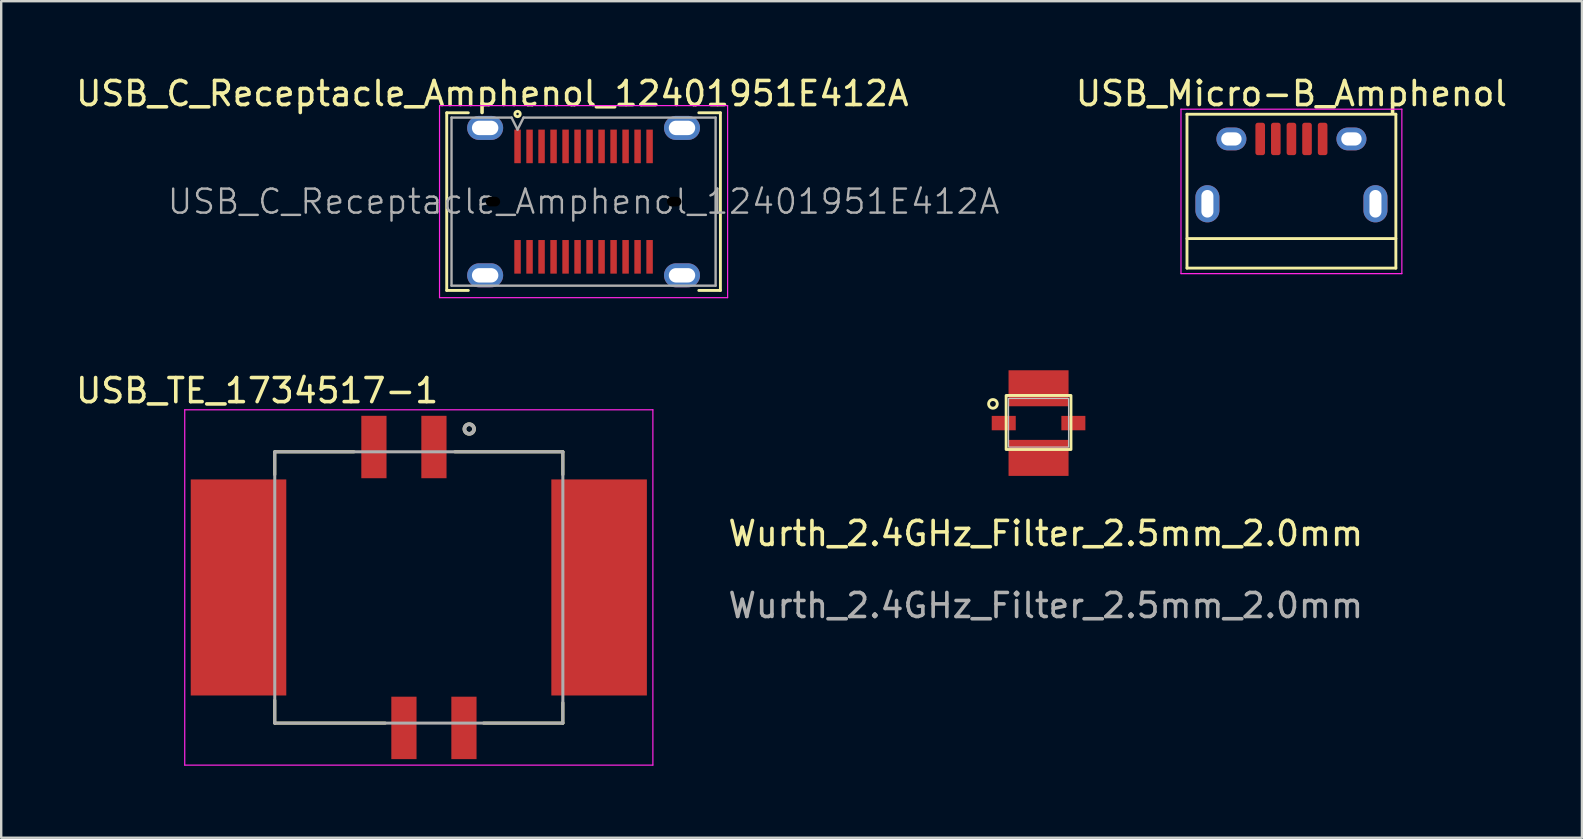
<source format=kicad_pcb>
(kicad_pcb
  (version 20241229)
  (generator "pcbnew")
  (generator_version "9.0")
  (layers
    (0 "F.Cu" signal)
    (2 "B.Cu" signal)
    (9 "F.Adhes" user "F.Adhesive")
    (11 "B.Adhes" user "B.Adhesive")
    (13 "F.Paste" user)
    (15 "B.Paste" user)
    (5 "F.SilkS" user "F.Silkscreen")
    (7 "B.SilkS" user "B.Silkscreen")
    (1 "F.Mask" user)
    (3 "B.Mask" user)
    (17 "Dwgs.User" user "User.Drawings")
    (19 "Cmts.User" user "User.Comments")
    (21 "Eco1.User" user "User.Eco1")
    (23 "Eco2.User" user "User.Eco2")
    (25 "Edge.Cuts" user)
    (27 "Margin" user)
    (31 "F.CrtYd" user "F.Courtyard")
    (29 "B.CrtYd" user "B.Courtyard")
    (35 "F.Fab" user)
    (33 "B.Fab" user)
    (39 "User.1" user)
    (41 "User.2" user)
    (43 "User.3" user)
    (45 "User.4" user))
  (footprint "USB_Micro-B_Amphenol"
    (layer "F.Cu")
    (at 50.743 4.088)
    (property "Reference" "USB_Micro-B_Amphenol" (at 0 -3.24 0) (layer "F.SilkS") (effects (font (size 1 1) (thickness 0.15))))
    (attr through_hole)
    (fp_line (start -4.35 -2.38) (end 4.35 -2.38) (stroke (width 0.12) (type solid)) (layer "F.SilkS"))
    (fp_line (start -4.35 4.03) (end -4.35 -2.38) (stroke (width 0.12) (type solid)) (layer "F.SilkS"))
    (fp_line (start -4.35 4.03) (end 4.35 4.03) (stroke (width 0.12) (type solid)) (layer "F.SilkS"))
    (fp_line (start 4.35 -2.38) (end 4.35 4.03) (stroke (width 0.12) (type solid)) (layer "F.SilkS"))
    (fp_line (start 4.35 2.8) (end -4.35 2.8) (stroke (width 0.12) (type solid)) (layer "F.SilkS"))
    (fp_line (start -4.6 -2.59) (end 4.6 -2.59) (stroke (width 0.05) (type solid)) (layer "F.CrtYd"))
    (fp_line (start -4.6 4.26) (end -4.6 -2.59) (stroke (width 0.05) (type solid)) (layer "F.CrtYd"))
    (fp_line (start 4.6 -2.59) (end 4.6 4.26) (stroke (width 0.05) (type solid)) (layer "F.CrtYd"))
    (fp_line (start 4.6 4.26) (end -4.6 4.26) (stroke (width 0.05) (type solid)) (layer "F.CrtYd"))
    (pad "" thru_hole oval (at -2.5 -1.35 90) (size 0.95 1.25) (drill oval 0.55 0.85) (layers "*.Cu" "*.Mask"))
    (pad "" thru_hole oval (at 2.5 -1.35 90) (size 0.95 1.25) (drill oval 0.55 0.85) (layers "*.Cu" "*.Mask"))
    (pad "" thru_hole oval (at 3.5 1.35 90) (size 1.55 1) (drill oval 1.15 0.5) (layers "*.Cu" "*.Mask"))
    (pad "1" smd roundrect (at -1.3 -1.35 90) (size 1.35 0.4) (layers "F.Cu" "F.Mask" "F.Paste") (roundrect_rratio 0.25))
    (pad "2" smd roundrect (at -0.65 -1.35 90) (size 1.35 0.4) (layers "F.Cu" "F.Mask" "F.Paste") (roundrect_rratio 0.25))
    (pad "3" smd roundrect (at 0 -1.35 90) (size 1.35 0.4) (layers "F.Cu" "F.Mask" "F.Paste") (roundrect_rratio 0.25))
    (pad "4" smd roundrect (at 0.65 -1.35 90) (size 1.35 0.4) (layers "F.Cu" "F.Mask" "F.Paste") (roundrect_rratio 0.25))
    (pad "5" smd roundrect (at 1.3 -1.35 90) (size 1.35 0.4) (layers "F.Cu" "F.Mask" "F.Paste") (roundrect_rratio 0.25))
    (pad "6" thru_hole oval (at -3.5 1.35 90) (size 1.55 1) (drill oval 1.15 0.5) (layers "*.Cu" "*.Mask")))
  (footprint "USB_C_Receptacle_Amphenol_12401951E412A"
    (layer "F.Cu")
    (at 21.258 5.348)
    (property "Reference" "USB_C_Receptacle_Amphenol_12401951E412A" (at -3.8 -4.5 0) (layer "F.SilkS") (effects (font (size 1 1) (thickness 0.15))))
    (attr smd)
    (fp_line (start -5.7 -3.7) (end -5.7 3.7) (stroke (width 0.12) (type solid)) (layer "F.SilkS"))
    (fp_line (start -5.7 -3.7) (end -4.8 -3.7) (stroke (width 0.12) (type solid)) (layer "F.SilkS"))
    (fp_line (start -5.7 3.7) (end -4.8 3.7) (stroke (width 0.12) (type solid)) (layer "F.SilkS"))
    (fp_line (start 4.8 -3.7) (end 5.7 -3.7) (stroke (width 0.12) (type solid)) (layer "F.SilkS"))
    (fp_line (start 4.8 3.7) (end 5.7 3.7) (stroke (width 0.12) (type solid)) (layer "F.SilkS"))
    (fp_line (start 5.7 -3.7) (end 5.7 3.7) (stroke (width 0.12) (type solid)) (layer "F.SilkS"))
    (fp_circle (center -2.75 -3.65) (end -2.638 -3.65) (stroke (width 0.12) (type solid)) (fill no) (layer "F.SilkS"))
    (fp_line (start -6 -4) (end 6 -4) (stroke (width 0.05) (type solid)) (layer "F.CrtYd"))
    (fp_line (start -6 4) (end -6 -4) (stroke (width 0.05) (type solid)) (layer "F.CrtYd"))
    (fp_line (start 6 -4) (end 6 4) (stroke (width 0.05) (type solid)) (layer "F.CrtYd"))
    (fp_line (start 6 4) (end -6 4) (stroke (width 0.05) (type solid)) (layer "F.CrtYd"))
    (fp_line (start -5.5 -3.5) (end -3 -3.5) (stroke (width 0.1) (type solid)) (layer "F.Fab"))
    (fp_line (start -5.5 3.5) (end -5.5 -3.5) (stroke (width 0.1) (type solid)) (layer "F.Fab"))
    (fp_line (start -5.5 3.5) (end 5.5 3.5) (stroke (width 0.1) (type solid)) (layer "F.Fab"))
    (fp_line (start -3 -3.5) (end -2.75 -3) (stroke (width 0.1) (type solid)) (layer "F.Fab"))
    (fp_line (start -2.75 -3) (end -2.5 -3.5) (stroke (width 0.1) (type solid)) (layer "F.Fab"))
    (fp_line (start 5.5 -3.5) (end -2.5 -3.5) (stroke (width 0.1) (type solid)) (layer "F.Fab"))
    (fp_line (start 5.5 3.5) (end 5.5 -3.5) (stroke (width 0.1) (type solid)) (layer "F.Fab"))
    (fp_text user "${REFERENCE}" (at 0 0 0) (layer "F.Fab") (effects (font (size 1 1) (thickness 0.1))))
    (pad "" np_thru_hole oval (at -3.775 0) (size 0.6 0.4) (drill oval 0.6 0.4) (layers "*.Mask"))
    (pad "" np_thru_hole oval (at 3.775 0) (size 0.6 0.4) (drill oval 0.6 0.4) (layers "*.Mask"))
    (pad "A1" smd rect (at -2.75 -2.3) (size 0.27 1.4) (layers "F.Cu" "F.Mask" "F.Paste"))
    (pad "A2" smd rect (at -2.25 -2.3) (size 0.27 1.4) (layers "F.Cu" "F.Mask" "F.Paste"))
    (pad "A3" smd rect (at -1.75 -2.3) (size 0.27 1.4) (layers "F.Cu" "F.Mask" "F.Paste"))
    (pad "A4" smd rect (at -1.25 -2.3) (size 0.27 1.4) (layers "F.Cu" "F.Mask" "F.Paste"))
    (pad "A5" smd rect (at -0.75 -2.3) (size 0.27 1.4) (layers "F.Cu" "F.Mask" "F.Paste"))
    (pad "A6" smd rect (at -0.25 -2.3) (size 0.27 1.4) (layers "F.Cu" "F.Mask" "F.Paste"))
    (pad "A7" smd rect (at 0.25 -2.3) (size 0.27 1.4) (layers "F.Cu" "F.Mask" "F.Paste"))
    (pad "A8" smd rect (at 0.75 -2.3) (size 0.27 1.4) (layers "F.Cu" "F.Mask" "F.Paste"))
    (pad "A9" smd rect (at 1.25 -2.3) (size 0.27 1.4) (layers "F.Cu" "F.Mask" "F.Paste"))
    (pad "A10" smd rect (at 1.75 -2.3) (size 0.27 1.4) (layers "F.Cu" "F.Mask" "F.Paste"))
    (pad "A11" smd rect (at 2.25 -2.3) (size 0.27 1.4) (layers "F.Cu" "F.Mask" "F.Paste"))
    (pad "A12" smd rect (at 2.75 -2.3) (size 0.27 1.4) (layers "F.Cu" "F.Mask" "F.Paste"))
    (pad "B1" smd rect (at 2.75 2.3) (size 0.27 1.4) (layers "F.Cu" "F.Mask" "F.Paste"))
    (pad "B2" smd rect (at 2.25 2.3) (size 0.27 1.4) (layers "F.Cu" "F.Mask" "F.Paste"))
    (pad "B3" smd rect (at 1.75 2.3) (size 0.27 1.4) (layers "F.Cu" "F.Mask" "F.Paste"))
    (pad "B4" smd rect (at 1.25 2.3) (size 0.27 1.4) (layers "F.Cu" "F.Mask" "F.Paste"))
    (pad "B5" smd rect (at 0.75 2.3) (size 0.27 1.4) (layers "F.Cu" "F.Mask" "F.Paste"))
    (pad "B6" smd rect (at 0.25 2.3) (size 0.27 1.4) (layers "F.Cu" "F.Mask" "F.Paste"))
    (pad "B7" smd rect (at -0.25 2.3) (size 0.27 1.4) (layers "F.Cu" "F.Mask" "F.Paste"))
    (pad "B8" smd rect (at -0.75 2.3) (size 0.27 1.4) (layers "F.Cu" "F.Mask" "F.Paste"))
    (pad "B9" smd rect (at -1.25 2.3) (size 0.27 1.4) (layers "F.Cu" "F.Mask" "F.Paste"))
    (pad "B10" smd rect (at -1.75 2.3) (size 0.27 1.4) (layers "F.Cu" "F.Mask" "F.Paste"))
    (pad "B11" smd rect (at -2.25 2.3) (size 0.27 1.4) (layers "F.Cu" "F.Mask" "F.Paste"))
    (pad "B12" smd rect (at -2.75 2.3) (size 0.27 1.4) (layers "F.Cu" "F.Mask" "F.Paste"))
    (pad "S1" thru_hole oval (at -4.1 -3.07 90) (size 1 1.5) (drill oval 0.6 1.1) (layers "*.Cu" "*.Mask"))
    (pad "S1" thru_hole oval (at -4.1 3.07 90) (size 1 1.5) (drill oval 0.6 1.1) (layers "*.Cu" "*.Mask"))
    (pad "S1" thru_hole oval (at 4.1 -3.07 90) (size 1 1.5) (drill oval 0.6 1.1) (layers "*.Cu" "*.Mask"))
    (pad "S1" thru_hole oval (at 4.1 3.07 90) (size 1 1.5) (drill oval 0.6 1.1) (layers "*.Cu" "*.Mask")))
  (footprint "USB_TE_1734517-1"
    (layer "F.Cu")
    (at 14.395 21.42)
    (property "Reference" "USB_TE_1734517-1" (at -6.735 -8.197 0) (layer "F.SilkS") (effects (font (size 1.002 1.002) (thickness 0.15))))
    (attr through_hole)
    (fp_line (start -6 -5.65) (end -6 -4.7) (stroke (width 0.127) (type solid)) (layer "F.SilkS"))
    (fp_line (start -6 4.7) (end -6 5.65) (stroke (width 0.127) (type solid)) (layer "F.SilkS"))
    (fp_line (start -6 5.65) (end -1.4 5.65) (stroke (width 0.127) (type solid)) (layer "F.SilkS"))
    (fp_line (start -2.7 -5.65) (end -6 -5.65) (stroke (width 0.127) (type solid)) (layer "F.SilkS"))
    (fp_line (start 1.5 -5.65) (end 6 -5.65) (stroke (width 0.127) (type solid)) (layer "F.SilkS"))
    (fp_line (start 6 -5.65) (end 6 -4.7) (stroke (width 0.127) (type solid)) (layer "F.SilkS"))
    (fp_line (start 6 4.8) (end 6 5.65) (stroke (width 0.127) (type solid)) (layer "F.SilkS"))
    (fp_line (start 6 5.65) (end 2.7 5.65) (stroke (width 0.127) (type solid)) (layer "F.SilkS"))
    (fp_circle (center 2.1 -6.6) (end 2.3 -6.6) (stroke (width 0.152) (type solid)) (fill no) (layer "F.SilkS"))
    (fp_line (start -9.75 -7.4) (end 9.75 -7.4) (stroke (width 0.05) (type solid)) (layer "F.CrtYd"))
    (fp_line (start -9.75 7.4) (end -9.75 -7.4) (stroke (width 0.05) (type solid)) (layer "F.CrtYd"))
    (fp_line (start 9.75 -7.4) (end 9.75 7.4) (stroke (width 0.05) (type solid)) (layer "F.CrtYd"))
    (fp_line (start 9.75 7.4) (end -9.75 7.4) (stroke (width 0.05) (type solid)) (layer "F.CrtYd"))
    (fp_line (start -6 -5.65) (end 6 -5.65) (stroke (width 0.127) (type solid)) (layer "F.Fab"))
    (fp_line (start -6 5.65) (end -6 -5.65) (stroke (width 0.127) (type solid)) (layer "F.Fab"))
    (fp_line (start 6 -5.65) (end 6 5.65) (stroke (width 0.127) (type solid)) (layer "F.Fab"))
    (fp_line (start 6 5.65) (end -6 5.65) (stroke (width 0.127) (type solid)) (layer "F.Fab"))
    (fp_circle (center 2.1 -6.6) (end 2.3 -6.6) (stroke (width 0.152) (type solid)) (fill no) (layer "F.Fab"))
    (pad "1" smd rect (at 0.63 -5.85) (size 1.05 2.6) (layers "F.Cu" "F.Mask" "F.Paste"))
    (pad "2" smd rect (at -1.87 -5.85) (size 1.05 2.6) (layers "F.Cu" "F.Mask" "F.Paste"))
    (pad "3" smd rect (at -0.62 5.85) (size 1.05 2.6) (layers "F.Cu" "F.Mask" "F.Paste"))
    (pad "4" smd rect (at 1.88 5.85) (size 1.05 2.6) (layers "F.Cu" "F.Mask" "F.Paste"))
    (pad "5" smd rect (at -7.51 0) (size 3.98 9) (layers "F.Cu" "F.Mask" "F.Paste"))
    (pad "6" smd rect (at 7.51 0) (size 3.98 9) (layers "F.Cu" "F.Mask" "F.Paste")))
  (footprint "Wurth_2.4GHz_Filter_2.5mm_2.0mm"
    (layer "F.Cu")
    (at 40.21 13.123)
    (property "Reference" "Wurth_2.4GHz_Filter_2.5mm_2.0mm" (at 0.3 6.05 0) (unlocked yes) (layer "F.SilkS") (effects (font (size 1 1) (thickness 0.15))))
    (attr smd)
    (fp_rect (start -1.35 0.3) (end 1.35 2.55) (stroke (width 0.12) (type solid)) (fill no) (layer "F.SilkS"))
    (fp_circle (center -1.9 0.65) (end -1.8 0.8) (stroke (width 0.12) (type solid)) (fill no) (layer "F.SilkS"))
    (fp_rect (start -1.25 0.425) (end 1.25 2.45) (stroke (width 0.05) (type solid)) (fill no) (layer "Dwgs.User"))
    (fp_text user "${REFERENCE}" (at 0.3 9.05 0) (unlocked yes) (layer "F.Fab") (effects (font (size 1 1) (thickness 0.15))))
    (pad "1" smd rect (at 0 0) (size 2.5 1.5) (layers "F.Cu" "F.Mask" "F.Paste"))
    (pad "2" smd rect (at 1.45 1.45) (size 1 0.6) (layers "F.Cu" "F.Mask" "F.Paste"))
    (pad "3" smd rect (at 0 2.9) (size 2.5 1.5) (layers "F.Cu" "F.Mask" "F.Paste"))
    (pad "4" smd rect (at -1.45 1.45) (size 1 0.6) (layers "F.Cu" "F.Mask" "F.Paste")))
  (gr_rect
    (start -3 -3)
    (end 62.844 31.845)
    (stroke (width 0.1) (type default))
    (fill no)
    (layer "Edge.Cuts")))
</source>
